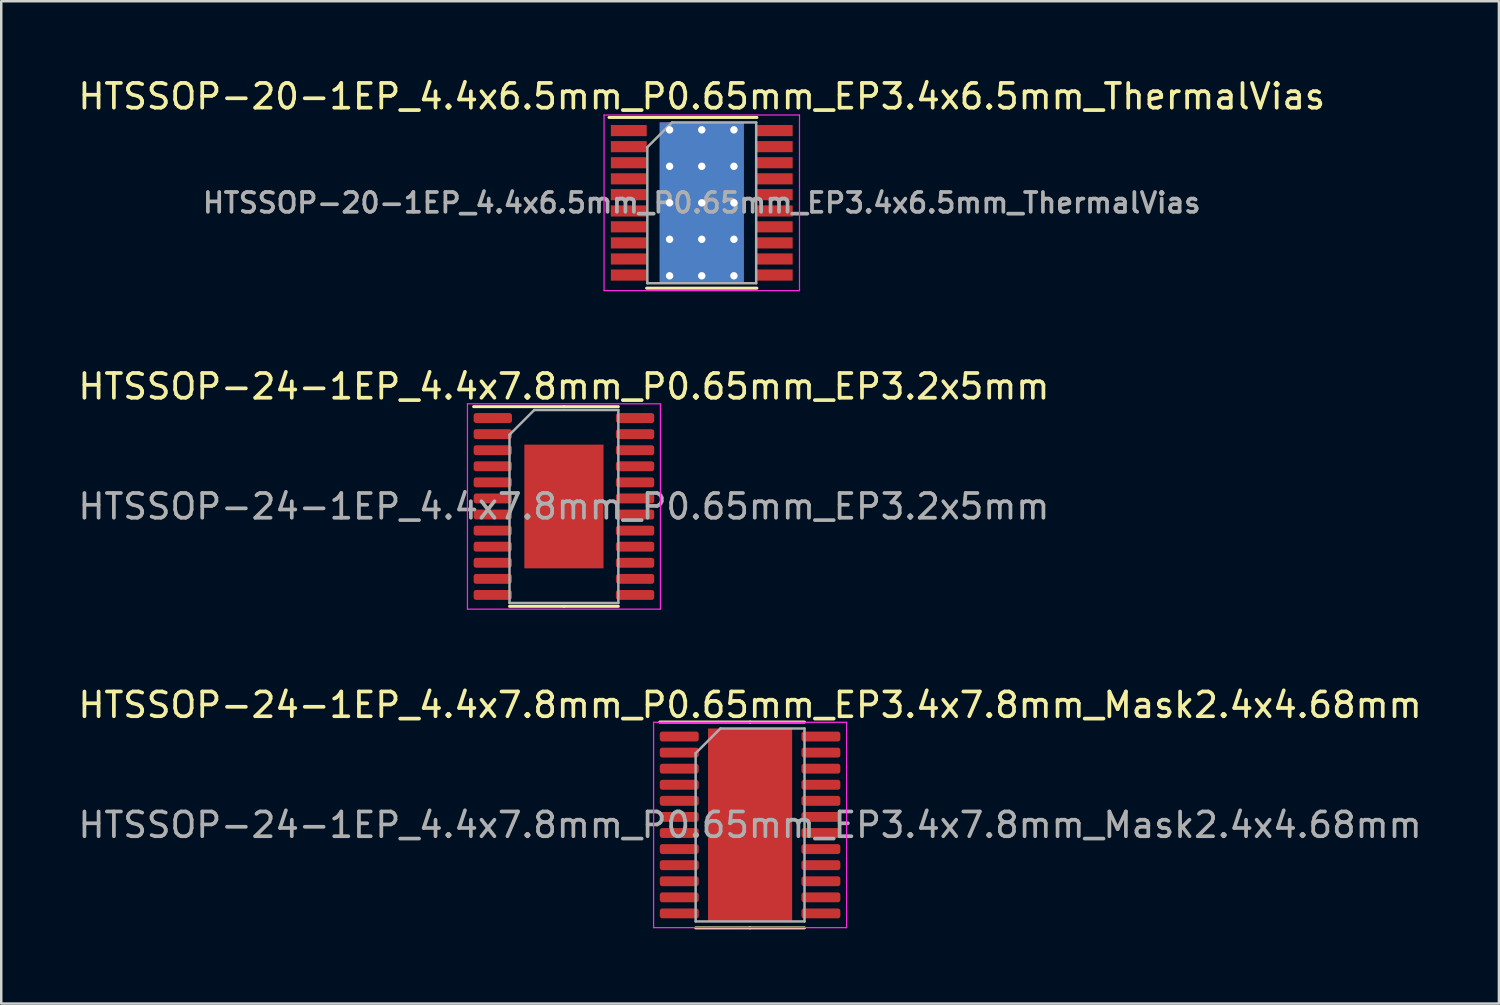
<source format=kicad_pcb>
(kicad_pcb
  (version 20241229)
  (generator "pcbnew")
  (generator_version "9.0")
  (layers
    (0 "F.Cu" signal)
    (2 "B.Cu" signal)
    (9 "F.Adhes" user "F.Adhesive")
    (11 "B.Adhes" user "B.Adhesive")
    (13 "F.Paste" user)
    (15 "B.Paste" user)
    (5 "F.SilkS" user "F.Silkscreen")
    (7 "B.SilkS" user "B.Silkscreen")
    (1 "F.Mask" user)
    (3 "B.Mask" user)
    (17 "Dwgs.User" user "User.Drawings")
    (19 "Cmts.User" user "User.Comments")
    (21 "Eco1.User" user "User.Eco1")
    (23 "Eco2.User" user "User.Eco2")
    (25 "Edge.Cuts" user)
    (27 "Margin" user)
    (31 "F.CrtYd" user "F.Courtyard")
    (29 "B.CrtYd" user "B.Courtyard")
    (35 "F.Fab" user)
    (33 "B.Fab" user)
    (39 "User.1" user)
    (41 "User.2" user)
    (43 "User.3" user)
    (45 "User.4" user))
  (footprint "HTSSOP-24-1EP_4.4x7.8mm_P0.65mm_EP3.4x7.8mm_Mask2.4x4.68mm"
    (layer "F.Cu")
    (at 27.268 30.295)
    (property "Reference" "HTSSOP-24-1EP_4.4x7.8mm_P0.65mm_EP3.4x7.8mm_Mask2.4x4.68mm" (at 0 -4.85 0) (layer "F.SilkS") (effects (font (size 1 1) (thickness 0.15))))
    (attr smd)
    (fp_line (start 0 -4.16) (end -3.65 -4.16) (stroke (width 0.12) (type solid)) (layer "F.SilkS"))
    (fp_line (start 0 -4.16) (end 2.2 -4.16) (stroke (width 0.12) (type solid)) (layer "F.SilkS"))
    (fp_line (start 0 4.16) (end -2.2 4.16) (stroke (width 0.12) (type solid)) (layer "F.SilkS"))
    (fp_line (start 0 4.16) (end 2.2 4.16) (stroke (width 0.12) (type solid)) (layer "F.SilkS"))
    (fp_line (start -3.9 -4.15) (end -3.9 4.15) (stroke (width 0.05) (type solid)) (layer "F.CrtYd"))
    (fp_line (start -3.9 4.15) (end 3.9 4.15) (stroke (width 0.05) (type solid)) (layer "F.CrtYd"))
    (fp_line (start 3.9 -4.15) (end -3.9 -4.15) (stroke (width 0.05) (type solid)) (layer "F.CrtYd"))
    (fp_line (start 3.9 4.15) (end 3.9 -4.15) (stroke (width 0.05) (type solid)) (layer "F.CrtYd"))
    (fp_line (start -2.2 -2.9) (end -1.2 -3.9) (stroke (width 0.1) (type solid)) (layer "F.Fab"))
    (fp_line (start -2.2 3.9) (end -2.2 -2.9) (stroke (width 0.1) (type solid)) (layer "F.Fab"))
    (fp_line (start -1.2 -3.9) (end 2.2 -3.9) (stroke (width 0.1) (type solid)) (layer "F.Fab"))
    (fp_line (start 2.2 -3.9) (end 2.2 3.9) (stroke (width 0.1) (type solid)) (layer "F.Fab"))
    (fp_line (start 2.2 3.9) (end -2.2 3.9) (stroke (width 0.1) (type solid)) (layer "F.Fab"))
    (fp_text user "${REFERENCE}" (at 0 0 0) (layer "F.Fab") (effects (font (size 1 1) (thickness 0.15))))
    (pad "" smd roundrect (at 0 -1.17) (size 1.93 1.89) (layers "F.Paste") (roundrect_rratio 0.132))
    (pad "" smd rect (at 0 0) (size 2.4 4.68) (layers "F.Mask"))
    (pad "" smd roundrect (at 0 1.17) (size 1.93 1.89) (layers "F.Paste") (roundrect_rratio 0.132))
    (pad "1" smd roundrect (at -2.862 -3.575) (size 1.575 0.4) (layers "F.Cu" "F.Mask" "F.Paste") (roundrect_rratio 0.25))
    (pad "2" smd roundrect (at -2.862 -2.925) (size 1.575 0.4) (layers "F.Cu" "F.Mask" "F.Paste") (roundrect_rratio 0.25))
    (pad "3" smd roundrect (at -2.862 -2.275) (size 1.575 0.4) (layers "F.Cu" "F.Mask" "F.Paste") (roundrect_rratio 0.25))
    (pad "4" smd roundrect (at -2.862 -1.625) (size 1.575 0.4) (layers "F.Cu" "F.Mask" "F.Paste") (roundrect_rratio 0.25))
    (pad "5" smd roundrect (at -2.862 -0.975) (size 1.575 0.4) (layers "F.Cu" "F.Mask" "F.Paste") (roundrect_rratio 0.25))
    (pad "6" smd roundrect (at -2.862 -0.325) (size 1.575 0.4) (layers "F.Cu" "F.Mask" "F.Paste") (roundrect_rratio 0.25))
    (pad "7" smd roundrect (at -2.862 0.325) (size 1.575 0.4) (layers "F.Cu" "F.Mask" "F.Paste") (roundrect_rratio 0.25))
    (pad "8" smd roundrect (at -2.862 0.975) (size 1.575 0.4) (layers "F.Cu" "F.Mask" "F.Paste") (roundrect_rratio 0.25))
    (pad "9" smd roundrect (at -2.862 1.625) (size 1.575 0.4) (layers "F.Cu" "F.Mask" "F.Paste") (roundrect_rratio 0.25))
    (pad "10" smd roundrect (at -2.862 2.275) (size 1.575 0.4) (layers "F.Cu" "F.Mask" "F.Paste") (roundrect_rratio 0.25))
    (pad "11" smd roundrect (at -2.862 2.925) (size 1.575 0.4) (layers "F.Cu" "F.Mask" "F.Paste") (roundrect_rratio 0.25))
    (pad "12" smd roundrect (at -2.862 3.575) (size 1.575 0.4) (layers "F.Cu" "F.Mask" "F.Paste") (roundrect_rratio 0.25))
    (pad "13" smd roundrect (at 2.862 3.575) (size 1.575 0.4) (layers "F.Cu" "F.Mask" "F.Paste") (roundrect_rratio 0.25))
    (pad "14" smd roundrect (at 2.862 2.925) (size 1.575 0.4) (layers "F.Cu" "F.Mask" "F.Paste") (roundrect_rratio 0.25))
    (pad "15" smd roundrect (at 2.862 2.275) (size 1.575 0.4) (layers "F.Cu" "F.Mask" "F.Paste") (roundrect_rratio 0.25))
    (pad "16" smd roundrect (at 2.862 1.625) (size 1.575 0.4) (layers "F.Cu" "F.Mask" "F.Paste") (roundrect_rratio 0.25))
    (pad "17" smd roundrect (at 2.862 0.975) (size 1.575 0.4) (layers "F.Cu" "F.Mask" "F.Paste") (roundrect_rratio 0.25))
    (pad "18" smd roundrect (at 2.862 0.325) (size 1.575 0.4) (layers "F.Cu" "F.Mask" "F.Paste") (roundrect_rratio 0.25))
    (pad "19" smd roundrect (at 2.862 -0.325) (size 1.575 0.4) (layers "F.Cu" "F.Mask" "F.Paste") (roundrect_rratio 0.25))
    (pad "20" smd roundrect (at 2.862 -0.975) (size 1.575 0.4) (layers "F.Cu" "F.Mask" "F.Paste") (roundrect_rratio 0.25))
    (pad "21" smd roundrect (at 2.862 -1.625) (size 1.575 0.4) (layers "F.Cu" "F.Mask" "F.Paste") (roundrect_rratio 0.25))
    (pad "22" smd roundrect (at 2.862 -2.275) (size 1.575 0.4) (layers "F.Cu" "F.Mask" "F.Paste") (roundrect_rratio 0.25))
    (pad "23" smd roundrect (at 2.862 -2.925) (size 1.575 0.4) (layers "F.Cu" "F.Mask" "F.Paste") (roundrect_rratio 0.25))
    (pad "24" smd roundrect (at 2.862 -3.575) (size 1.575 0.4) (layers "F.Cu" "F.Mask" "F.Paste") (roundrect_rratio 0.25))
    (pad "25" smd rect (at 0 0) (size 3.4 7.8) (layers "F.Cu")))
  (footprint "HTSSOP-24-1EP_4.4x7.8mm_P0.65mm_EP3.2x5mm"
    (layer "F.Cu")
    (at 19.744 17.422)
    (property "Reference" "HTSSOP-24-1EP_4.4x7.8mm_P0.65mm_EP3.2x5mm" (at 0 -4.85 0) (layer "F.SilkS") (effects (font (size 1 1) (thickness 0.15))))
    (attr smd)
    (fp_line (start 0 -4.035) (end -3.65 -4.035) (stroke (width 0.12) (type solid)) (layer "F.SilkS"))
    (fp_line (start 0 -4.035) (end 2.2 -4.035) (stroke (width 0.12) (type solid)) (layer "F.SilkS"))
    (fp_line (start 0 4.035) (end -2.2 4.035) (stroke (width 0.12) (type solid)) (layer "F.SilkS"))
    (fp_line (start 0 4.035) (end 2.2 4.035) (stroke (width 0.12) (type solid)) (layer "F.SilkS"))
    (fp_line (start -3.9 -4.15) (end -3.9 4.15) (stroke (width 0.05) (type solid)) (layer "F.CrtYd"))
    (fp_line (start -3.9 4.15) (end 3.9 4.15) (stroke (width 0.05) (type solid)) (layer "F.CrtYd"))
    (fp_line (start 3.9 -4.15) (end -3.9 -4.15) (stroke (width 0.05) (type solid)) (layer "F.CrtYd"))
    (fp_line (start 3.9 4.15) (end 3.9 -4.15) (stroke (width 0.05) (type solid)) (layer "F.CrtYd"))
    (fp_line (start -2.2 -2.9) (end -1.2 -3.9) (stroke (width 0.1) (type solid)) (layer "F.Fab"))
    (fp_line (start -2.2 3.9) (end -2.2 -2.9) (stroke (width 0.1) (type solid)) (layer "F.Fab"))
    (fp_line (start -1.2 -3.9) (end 2.2 -3.9) (stroke (width 0.1) (type solid)) (layer "F.Fab"))
    (fp_line (start 2.2 -3.9) (end 2.2 3.9) (stroke (width 0.1) (type solid)) (layer "F.Fab"))
    (fp_line (start 2.2 3.9) (end -2.2 3.9) (stroke (width 0.1) (type solid)) (layer "F.Fab"))
    (fp_text user "${REFERENCE}" (at 0 0 0) (layer "F.Fab") (effects (font (size 1 1) (thickness 0.15))))
    (pad "" smd roundrect (at -0.8 -1.67) (size 1.29 1.34) (layers "F.Paste") (roundrect_rratio 0.194))
    (pad "" smd roundrect (at -0.8 0) (size 1.29 1.34) (layers "F.Paste") (roundrect_rratio 0.194))
    (pad "" smd roundrect (at -0.8 1.67) (size 1.29 1.34) (layers "F.Paste") (roundrect_rratio 0.194))
    (pad "" smd roundrect (at 0.8 -1.67) (size 1.29 1.34) (layers "F.Paste") (roundrect_rratio 0.194))
    (pad "" smd roundrect (at 0.8 0) (size 1.29 1.34) (layers "F.Paste") (roundrect_rratio 0.194))
    (pad "" smd roundrect (at 0.8 1.67) (size 1.29 1.34) (layers "F.Paste") (roundrect_rratio 0.194))
    (pad "1" smd roundrect (at -2.875 -3.575) (size 1.55 0.4) (layers "F.Cu" "F.Mask" "F.Paste") (roundrect_rratio 0.25))
    (pad "2" smd roundrect (at -2.875 -2.925) (size 1.55 0.4) (layers "F.Cu" "F.Mask" "F.Paste") (roundrect_rratio 0.25))
    (pad "3" smd roundrect (at -2.875 -2.275) (size 1.55 0.4) (layers "F.Cu" "F.Mask" "F.Paste") (roundrect_rratio 0.25))
    (pad "4" smd roundrect (at -2.875 -1.625) (size 1.55 0.4) (layers "F.Cu" "F.Mask" "F.Paste") (roundrect_rratio 0.25))
    (pad "5" smd roundrect (at -2.875 -0.975) (size 1.55 0.4) (layers "F.Cu" "F.Mask" "F.Paste") (roundrect_rratio 0.25))
    (pad "6" smd roundrect (at -2.875 -0.325) (size 1.55 0.4) (layers "F.Cu" "F.Mask" "F.Paste") (roundrect_rratio 0.25))
    (pad "7" smd roundrect (at -2.875 0.325) (size 1.55 0.4) (layers "F.Cu" "F.Mask" "F.Paste") (roundrect_rratio 0.25))
    (pad "8" smd roundrect (at -2.875 0.975) (size 1.55 0.4) (layers "F.Cu" "F.Mask" "F.Paste") (roundrect_rratio 0.25))
    (pad "9" smd roundrect (at -2.875 1.625) (size 1.55 0.4) (layers "F.Cu" "F.Mask" "F.Paste") (roundrect_rratio 0.25))
    (pad "10" smd roundrect (at -2.875 2.275) (size 1.55 0.4) (layers "F.Cu" "F.Mask" "F.Paste") (roundrect_rratio 0.25))
    (pad "11" smd roundrect (at -2.875 2.925) (size 1.55 0.4) (layers "F.Cu" "F.Mask" "F.Paste") (roundrect_rratio 0.25))
    (pad "12" smd roundrect (at -2.875 3.575) (size 1.55 0.4) (layers "F.Cu" "F.Mask" "F.Paste") (roundrect_rratio 0.25))
    (pad "13" smd roundrect (at 2.875 3.575) (size 1.55 0.4) (layers "F.Cu" "F.Mask" "F.Paste") (roundrect_rratio 0.25))
    (pad "14" smd roundrect (at 2.875 2.925) (size 1.55 0.4) (layers "F.Cu" "F.Mask" "F.Paste") (roundrect_rratio 0.25))
    (pad "15" smd roundrect (at 2.875 2.275) (size 1.55 0.4) (layers "F.Cu" "F.Mask" "F.Paste") (roundrect_rratio 0.25))
    (pad "16" smd roundrect (at 2.875 1.625) (size 1.55 0.4) (layers "F.Cu" "F.Mask" "F.Paste") (roundrect_rratio 0.25))
    (pad "17" smd roundrect (at 2.875 0.975) (size 1.55 0.4) (layers "F.Cu" "F.Mask" "F.Paste") (roundrect_rratio 0.25))
    (pad "18" smd roundrect (at 2.875 0.325) (size 1.55 0.4) (layers "F.Cu" "F.Mask" "F.Paste") (roundrect_rratio 0.25))
    (pad "19" smd roundrect (at 2.875 -0.325) (size 1.55 0.4) (layers "F.Cu" "F.Mask" "F.Paste") (roundrect_rratio 0.25))
    (pad "20" smd roundrect (at 2.875 -0.975) (size 1.55 0.4) (layers "F.Cu" "F.Mask" "F.Paste") (roundrect_rratio 0.25))
    (pad "21" smd roundrect (at 2.875 -1.625) (size 1.55 0.4) (layers "F.Cu" "F.Mask" "F.Paste") (roundrect_rratio 0.25))
    (pad "22" smd roundrect (at 2.875 -2.275) (size 1.55 0.4) (layers "F.Cu" "F.Mask" "F.Paste") (roundrect_rratio 0.25))
    (pad "23" smd roundrect (at 2.875 -2.925) (size 1.55 0.4) (layers "F.Cu" "F.Mask" "F.Paste") (roundrect_rratio 0.25))
    (pad "24" smd roundrect (at 2.875 -3.575) (size 1.55 0.4) (layers "F.Cu" "F.Mask" "F.Paste") (roundrect_rratio 0.25))
    (pad "25" smd rect (at 0 0) (size 3.2 5) (layers "F.Cu" "F.Mask")))
  (footprint "HTSSOP-20-1EP_4.4x6.5mm_P0.65mm_EP3.4x6.5mm_ThermalVias"
    (layer "F.Cu")
    (at 25.315 5.148)
    (property "Reference" "HTSSOP-20-1EP_4.4x6.5mm_P0.65mm_EP3.4x6.5mm_ThermalVias" (at 0 -4.3 0) (layer "F.SilkS") (effects (font (size 1 1) (thickness 0.15))))
    (attr smd)
    (fp_line (start -3.75 -3.45) (end 2.23 -3.45) (stroke (width 0.12) (type solid)) (layer "F.SilkS"))
    (fp_line (start -2.23 3.45) (end 2.23 3.45) (stroke (width 0.12) (type solid)) (layer "F.SilkS"))
    (fp_line (start -3.95 -3.55) (end -3.95 3.55) (stroke (width 0.05) (type solid)) (layer "F.CrtYd"))
    (fp_line (start -3.95 -3.55) (end 3.95 -3.55) (stroke (width 0.05) (type solid)) (layer "F.CrtYd"))
    (fp_line (start -3.95 3.55) (end 3.95 3.55) (stroke (width 0.05) (type solid)) (layer "F.CrtYd"))
    (fp_line (start 3.95 -3.55) (end 3.95 3.55) (stroke (width 0.05) (type solid)) (layer "F.CrtYd"))
    (fp_line (start -2.2 -2.25) (end -1.2 -3.25) (stroke (width 0.1) (type solid)) (layer "F.Fab"))
    (fp_line (start -2.2 3.25) (end -2.2 -2.25) (stroke (width 0.1) (type solid)) (layer "F.Fab"))
    (fp_line (start -1.2 -3.25) (end 2.2 -3.25) (stroke (width 0.1) (type solid)) (layer "F.Fab"))
    (fp_line (start 2.2 -3.25) (end 2.2 3.25) (stroke (width 0.1) (type solid)) (layer "F.Fab"))
    (fp_line (start 2.2 3.25) (end -2.2 3.25) (stroke (width 0.1) (type solid)) (layer "F.Fab"))
    (fp_text user "${REFERENCE}" (at 0 0 0) (layer "F.Fab") (effects (font (size 0.8 0.8) (thickness 0.15))))
    (pad "" smd rect (at -0.85 -2.212) (size 1.4 1.075) (layers "F.Paste"))
    (pad "" smd rect (at -0.85 -0.738) (size 1.4 1.075) (layers "F.Paste"))
    (pad "" smd rect (at -0.85 0.738) (size 1.4 1.075) (layers "F.Paste"))
    (pad "" smd rect (at -0.85 2.212) (size 1.4 1.075) (layers "F.Paste"))
    (pad "" smd rect (at 0.85 -2.212) (size 1.4 1.075) (layers "F.Paste"))
    (pad "" smd rect (at 0.85 -0.738) (size 1.4 1.075) (layers "F.Paste"))
    (pad "" smd rect (at 0.85 0.738) (size 1.4 1.075) (layers "F.Paste"))
    (pad "" smd rect (at 0.85 2.212) (size 1.4 1.075) (layers "F.Paste"))
    (pad "1" smd rect (at -2.95 -2.92) (size 1.45 0.45) (layers "F.Cu" "F.Mask" "F.Paste"))
    (pad "2" smd rect (at -2.95 -2.27) (size 1.45 0.45) (layers "F.Cu" "F.Mask" "F.Paste"))
    (pad "3" smd rect (at -2.95 -1.62) (size 1.45 0.45) (layers "F.Cu" "F.Mask" "F.Paste"))
    (pad "4" smd rect (at -2.95 -0.97) (size 1.45 0.45) (layers "F.Cu" "F.Mask" "F.Paste"))
    (pad "5" smd rect (at -2.95 -0.33) (size 1.45 0.45) (layers "F.Cu" "F.Mask" "F.Paste"))
    (pad "6" smd rect (at -2.95 0.33) (size 1.45 0.45) (layers "F.Cu" "F.Mask" "F.Paste"))
    (pad "7" smd rect (at -2.95 0.97) (size 1.45 0.45) (layers "F.Cu" "F.Mask" "F.Paste"))
    (pad "8" smd rect (at -2.95 1.62) (size 1.45 0.45) (layers "F.Cu" "F.Mask" "F.Paste"))
    (pad "9" smd rect (at -2.95 2.27) (size 1.45 0.45) (layers "F.Cu" "F.Mask" "F.Paste"))
    (pad "10" smd rect (at -2.95 2.92) (size 1.45 0.45) (layers "F.Cu" "F.Mask" "F.Paste"))
    (pad "11" smd rect (at 2.95 2.92) (size 1.45 0.45) (layers "F.Cu" "F.Mask" "F.Paste"))
    (pad "12" smd rect (at 2.95 2.27) (size 1.45 0.45) (layers "F.Cu" "F.Mask" "F.Paste"))
    (pad "13" smd rect (at 2.95 1.62) (size 1.45 0.45) (layers "F.Cu" "F.Mask" "F.Paste"))
    (pad "14" smd rect (at 2.95 0.97) (size 1.45 0.45) (layers "F.Cu" "F.Mask" "F.Paste"))
    (pad "15" smd rect (at 2.95 0.33) (size 1.45 0.45) (layers "F.Cu" "F.Mask" "F.Paste"))
    (pad "16" smd rect (at 2.95 -0.33) (size 1.45 0.45) (layers "F.Cu" "F.Mask" "F.Paste"))
    (pad "17" smd rect (at 2.95 -0.97) (size 1.45 0.45) (layers "F.Cu" "F.Mask" "F.Paste"))
    (pad "18" smd rect (at 2.95 -1.62) (size 1.45 0.45) (layers "F.Cu" "F.Mask" "F.Paste"))
    (pad "19" smd rect (at 2.95 -2.27) (size 1.45 0.45) (layers "F.Cu" "F.Mask" "F.Paste"))
    (pad "20" smd rect (at 2.95 -2.92) (size 1.45 0.45) (layers "F.Cu" "F.Mask" "F.Paste"))
    (pad "21" thru_hole circle (at -1.3 -2.95) (size 0.6 0.6) (drill 0.3) (layers "*.Cu"))
    (pad "21" thru_hole circle (at -1.3 -1.475) (size 0.6 0.6) (drill 0.3) (layers "*.Cu"))
    (pad "21" thru_hole circle (at -1.3 0) (size 0.6 0.6) (drill 0.3) (layers "*.Cu"))
    (pad "21" thru_hole circle (at -1.3 1.475) (size 0.6 0.6) (drill 0.3) (layers "*.Cu"))
    (pad "21" thru_hole circle (at -1.3 2.95) (size 0.6 0.6) (drill 0.3) (layers "*.Cu"))
    (pad "21" thru_hole circle (at 0 -2.95) (size 0.6 0.6) (drill 0.3) (layers "*.Cu"))
    (pad "21" thru_hole circle (at 0 -1.475) (size 0.6 0.6) (drill 0.3) (layers "*.Cu"))
    (pad "21" thru_hole circle (at 0 0) (size 0.6 0.6) (drill 0.3) (layers "*.Cu"))
    (pad "21" smd rect (at 0 0) (size 3.4 6.5) (layers "F.Cu" "F.Mask"))
    (pad "21" smd rect (at 0 0) (size 3.4 6.5) (layers "B.Cu"))
    (pad "21" thru_hole circle (at 0 1.475) (size 0.6 0.6) (drill 0.3) (layers "*.Cu"))
    (pad "21" thru_hole circle (at 0 2.95) (size 0.6 0.6) (drill 0.3) (layers "*.Cu"))
    (pad "21" thru_hole circle (at 1.3 -2.95) (size 0.6 0.6) (drill 0.3) (layers "*.Cu"))
    (pad "21" thru_hole circle (at 1.3 -1.475) (size 0.6 0.6) (drill 0.3) (layers "*.Cu"))
    (pad "21" thru_hole circle (at 1.3 0) (size 0.6 0.6) (drill 0.3) (layers "*.Cu"))
    (pad "21" thru_hole circle (at 1.3 1.475) (size 0.6 0.6) (drill 0.3) (layers "*.Cu"))
    (pad "21" thru_hole circle (at 1.3 2.95) (size 0.6 0.6) (drill 0.3) (layers "*.Cu")))
  (gr_rect
    (start -3 -3)
    (end 57.536 37.515)
    (stroke (width 0.1) (type default))
    (fill no)
    (layer "Edge.Cuts")))
</source>
